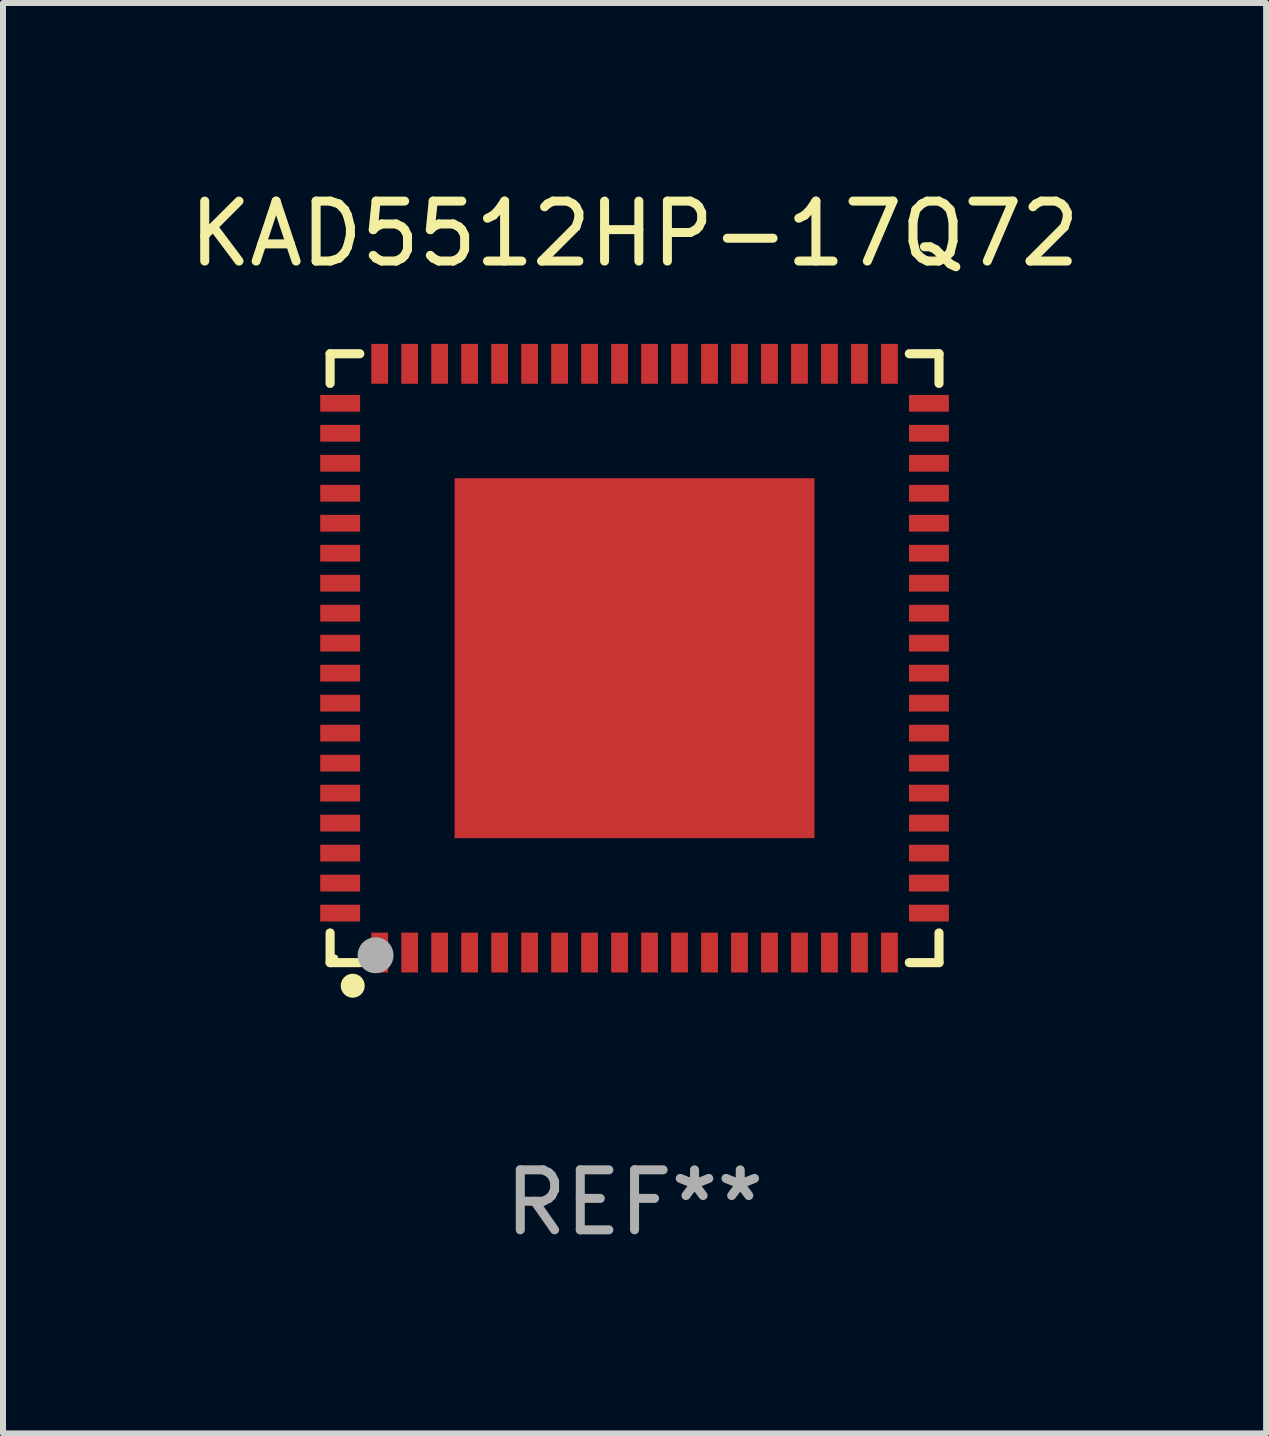
<source format=kicad_pcb>
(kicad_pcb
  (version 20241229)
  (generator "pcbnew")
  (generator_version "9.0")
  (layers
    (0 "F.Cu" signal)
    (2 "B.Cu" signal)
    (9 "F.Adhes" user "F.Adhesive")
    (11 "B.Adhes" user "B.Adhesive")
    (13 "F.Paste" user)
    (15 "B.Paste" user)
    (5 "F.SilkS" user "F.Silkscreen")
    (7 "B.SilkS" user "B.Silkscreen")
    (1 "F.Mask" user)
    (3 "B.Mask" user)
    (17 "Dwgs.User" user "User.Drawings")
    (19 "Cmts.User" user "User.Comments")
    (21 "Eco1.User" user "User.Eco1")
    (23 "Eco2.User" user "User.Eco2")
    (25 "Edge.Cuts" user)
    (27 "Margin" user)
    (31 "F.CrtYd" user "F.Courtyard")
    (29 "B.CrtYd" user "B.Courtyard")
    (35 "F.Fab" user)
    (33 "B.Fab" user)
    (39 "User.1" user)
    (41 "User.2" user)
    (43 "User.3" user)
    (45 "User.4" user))
  (footprint "KAD5512HP-17Q72"
    (layer "F.Cu")
    (at 7.53 7.924)
    (property "Reference" "KAD5512HP-17Q72" (at 0 -7.076 0) (layer "F.SilkS") (effects (font (size 1 1) (thickness 0.15))))
    (attr through_hole)
    (fp_line (start -5.076 -5.076) (end -4.581 -5.076) (stroke (width 0.152) (type solid)) (layer "F.SilkS"))
    (fp_line (start -5.076 -4.581) (end -5.076 -5.076) (stroke (width 0.152) (type solid)) (layer "F.SilkS"))
    (fp_line (start -5.076 4.581) (end -5.076 5.076) (stroke (width 0.152) (type solid)) (layer "F.SilkS"))
    (fp_line (start -5.076 5.076) (end -4.581 5.076) (stroke (width 0.152) (type solid)) (layer "F.SilkS"))
    (fp_line (start 5.076 -5.076) (end 4.581 -5.076) (stroke (width 0.152) (type solid)) (layer "F.SilkS"))
    (fp_line (start 5.076 -4.581) (end 5.076 -5.076) (stroke (width 0.152) (type solid)) (layer "F.SilkS"))
    (fp_line (start 5.076 4.581) (end 5.076 5.076) (stroke (width 0.152) (type solid)) (layer "F.SilkS"))
    (fp_line (start 5.076 5.076) (end 4.581 5.076) (stroke (width 0.152) (type solid)) (layer "F.SilkS"))
    (fp_circle (center -5 5) (end -4.97 5) (stroke (width 0.06) (type solid)) (fill no) (layer "F.SilkS"))
    (fp_circle (center -4.699 5.461) (end -4.599 5.461) (stroke (width 0.2) (type solid)) (fill no) (layer "F.SilkS"))
    (fp_circle (center -4.318 4.953) (end -4.168 4.953) (stroke (width 0.3) (type solid)) (fill no) (layer "F.Fab"))
    (fp_text user "REF**" (at 0 9.076 0) (layer "F.Fab") (effects (font (size 1 1) (thickness 0.15))))
    (pad "1" smd rect (at -4.25 4.908) (size 0.28 0.665) (layers "F.Cu" "F.Mask" "F.Paste"))
    (pad "2" smd rect (at -3.75 4.908) (size 0.28 0.665) (layers "F.Cu" "F.Mask" "F.Paste"))
    (pad "3" smd rect (at -3.25 4.908) (size 0.28 0.665) (layers "F.Cu" "F.Mask" "F.Paste"))
    (pad "4" smd rect (at -2.75 4.908) (size 0.28 0.665) (layers "F.Cu" "F.Mask" "F.Paste"))
    (pad "5" smd rect (at -2.25 4.908) (size 0.28 0.665) (layers "F.Cu" "F.Mask" "F.Paste"))
    (pad "6" smd rect (at -1.75 4.908) (size 0.28 0.665) (layers "F.Cu" "F.Mask" "F.Paste"))
    (pad "7" smd rect (at -1.25 4.908) (size 0.28 0.665) (layers "F.Cu" "F.Mask" "F.Paste"))
    (pad "8" smd rect (at -0.75 4.908) (size 0.28 0.665) (layers "F.Cu" "F.Mask" "F.Paste"))
    (pad "9" smd rect (at -0.25 4.908) (size 0.28 0.665) (layers "F.Cu" "F.Mask" "F.Paste"))
    (pad "10" smd rect (at 0.25 4.908) (size 0.28 0.665) (layers "F.Cu" "F.Mask" "F.Paste"))
    (pad "11" smd rect (at 0.75 4.908) (size 0.28 0.665) (layers "F.Cu" "F.Mask" "F.Paste"))
    (pad "12" smd rect (at 1.25 4.908) (size 0.28 0.665) (layers "F.Cu" "F.Mask" "F.Paste"))
    (pad "13" smd rect (at 1.75 4.908) (size 0.28 0.665) (layers "F.Cu" "F.Mask" "F.Paste"))
    (pad "14" smd rect (at 2.25 4.908) (size 0.28 0.665) (layers "F.Cu" "F.Mask" "F.Paste"))
    (pad "15" smd rect (at 2.75 4.908) (size 0.28 0.665) (layers "F.Cu" "F.Mask" "F.Paste"))
    (pad "16" smd rect (at 3.25 4.908) (size 0.28 0.665) (layers "F.Cu" "F.Mask" "F.Paste"))
    (pad "17" smd rect (at 3.75 4.908) (size 0.28 0.665) (layers "F.Cu" "F.Mask" "F.Paste"))
    (pad "18" smd rect (at 4.25 4.908) (size 0.28 0.665) (layers "F.Cu" "F.Mask" "F.Paste"))
    (pad "19" smd rect (at 4.908 4.25) (size 0.665 0.28) (layers "F.Cu" "F.Mask" "F.Paste"))
    (pad "20" smd rect (at 4.908 3.75) (size 0.665 0.28) (layers "F.Cu" "F.Mask" "F.Paste"))
    (pad "21" smd rect (at 4.908 3.25) (size 0.665 0.28) (layers "F.Cu" "F.Mask" "F.Paste"))
    (pad "22" smd rect (at 4.908 2.75) (size 0.665 0.28) (layers "F.Cu" "F.Mask" "F.Paste"))
    (pad "23" smd rect (at 4.908 2.25) (size 0.665 0.28) (layers "F.Cu" "F.Mask" "F.Paste"))
    (pad "24" smd rect (at 4.908 1.75) (size 0.665 0.28) (layers "F.Cu" "F.Mask" "F.Paste"))
    (pad "25" smd rect (at 4.908 1.25) (size 0.665 0.28) (layers "F.Cu" "F.Mask" "F.Paste"))
    (pad "26" smd rect (at 4.908 0.75) (size 0.665 0.28) (layers "F.Cu" "F.Mask" "F.Paste"))
    (pad "27" smd rect (at 4.908 0.25) (size 0.665 0.28) (layers "F.Cu" "F.Mask" "F.Paste"))
    (pad "28" smd rect (at 4.908 -0.25) (size 0.665 0.28) (layers "F.Cu" "F.Mask" "F.Paste"))
    (pad "29" smd rect (at 4.908 -0.75) (size 0.665 0.28) (layers "F.Cu" "F.Mask" "F.Paste"))
    (pad "30" smd rect (at 4.908 -1.25) (size 0.665 0.28) (layers "F.Cu" "F.Mask" "F.Paste"))
    (pad "31" smd rect (at 4.908 -1.75) (size 0.665 0.28) (layers "F.Cu" "F.Mask" "F.Paste"))
    (pad "32" smd rect (at 4.908 -2.25) (size 0.665 0.28) (layers "F.Cu" "F.Mask" "F.Paste"))
    (pad "33" smd rect (at 4.908 -2.75) (size 0.665 0.28) (layers "F.Cu" "F.Mask" "F.Paste"))
    (pad "34" smd rect (at 4.908 -3.25) (size 0.665 0.28) (layers "F.Cu" "F.Mask" "F.Paste"))
    (pad "35" smd rect (at 4.908 -3.75) (size 0.665 0.28) (layers "F.Cu" "F.Mask" "F.Paste"))
    (pad "36" smd rect (at 4.908 -4.25) (size 0.665 0.28) (layers "F.Cu" "F.Mask" "F.Paste"))
    (pad "37" smd rect (at 4.25 -4.908) (size 0.28 0.665) (layers "F.Cu" "F.Mask" "F.Paste"))
    (pad "38" smd rect (at 3.75 -4.908) (size 0.28 0.665) (layers "F.Cu" "F.Mask" "F.Paste"))
    (pad "39" smd rect (at 3.25 -4.908) (size 0.28 0.665) (layers "F.Cu" "F.Mask" "F.Paste"))
    (pad "40" smd rect (at 2.75 -4.908) (size 0.28 0.665) (layers "F.Cu" "F.Mask" "F.Paste"))
    (pad "41" smd rect (at 2.25 -4.908) (size 0.28 0.665) (layers "F.Cu" "F.Mask" "F.Paste"))
    (pad "42" smd rect (at 1.75 -4.908) (size 0.28 0.665) (layers "F.Cu" "F.Mask" "F.Paste"))
    (pad "43" smd rect (at 1.25 -4.908) (size 0.28 0.665) (layers "F.Cu" "F.Mask" "F.Paste"))
    (pad "44" smd rect (at 0.75 -4.908) (size 0.28 0.665) (layers "F.Cu" "F.Mask" "F.Paste"))
    (pad "45" smd rect (at 0.25 -4.908) (size 0.28 0.665) (layers "F.Cu" "F.Mask" "F.Paste"))
    (pad "46" smd rect (at -0.25 -4.908) (size 0.28 0.665) (layers "F.Cu" "F.Mask" "F.Paste"))
    (pad "47" smd rect (at -0.75 -4.908) (size 0.28 0.665) (layers "F.Cu" "F.Mask" "F.Paste"))
    (pad "48" smd rect (at -1.25 -4.908) (size 0.28 0.665) (layers "F.Cu" "F.Mask" "F.Paste"))
    (pad "49" smd rect (at -1.75 -4.908) (size 0.28 0.665) (layers "F.Cu" "F.Mask" "F.Paste"))
    (pad "50" smd rect (at -2.25 -4.908) (size 0.28 0.665) (layers "F.Cu" "F.Mask" "F.Paste"))
    (pad "51" smd rect (at -2.75 -4.908) (size 0.28 0.665) (layers "F.Cu" "F.Mask" "F.Paste"))
    (pad "52" smd rect (at -3.25 -4.908) (size 0.28 0.665) (layers "F.Cu" "F.Mask" "F.Paste"))
    (pad "53" smd rect (at -3.75 -4.908) (size 0.28 0.665) (layers "F.Cu" "F.Mask" "F.Paste"))
    (pad "54" smd rect (at -4.25 -4.908) (size 0.28 0.665) (layers "F.Cu" "F.Mask" "F.Paste"))
    (pad "55" smd rect (at -4.908 -4.25) (size 0.665 0.28) (layers "F.Cu" "F.Mask" "F.Paste"))
    (pad "56" smd rect (at -4.908 -3.75) (size 0.665 0.28) (layers "F.Cu" "F.Mask" "F.Paste"))
    (pad "57" smd rect (at -4.908 -3.25) (size 0.665 0.28) (layers "F.Cu" "F.Mask" "F.Paste"))
    (pad "58" smd rect (at -4.908 -2.75) (size 0.665 0.28) (layers "F.Cu" "F.Mask" "F.Paste"))
    (pad "59" smd rect (at -4.908 -2.25) (size 0.665 0.28) (layers "F.Cu" "F.Mask" "F.Paste"))
    (pad "60" smd rect (at -4.908 -1.75) (size 0.665 0.28) (layers "F.Cu" "F.Mask" "F.Paste"))
    (pad "61" smd rect (at -4.908 -1.25) (size 0.665 0.28) (layers "F.Cu" "F.Mask" "F.Paste"))
    (pad "62" smd rect (at -4.908 -0.75) (size 0.665 0.28) (layers "F.Cu" "F.Mask" "F.Paste"))
    (pad "63" smd rect (at -4.908 -0.25) (size 0.665 0.28) (layers "F.Cu" "F.Mask" "F.Paste"))
    (pad "64" smd rect (at -4.908 0.25) (size 0.665 0.28) (layers "F.Cu" "F.Mask" "F.Paste"))
    (pad "65" smd rect (at -4.908 0.75) (size 0.665 0.28) (layers "F.Cu" "F.Mask" "F.Paste"))
    (pad "66" smd rect (at -4.908 1.25) (size 0.665 0.28) (layers "F.Cu" "F.Mask" "F.Paste"))
    (pad "67" smd rect (at -4.908 1.75) (size 0.665 0.28) (layers "F.Cu" "F.Mask" "F.Paste"))
    (pad "68" smd rect (at -4.908 2.25) (size 0.665 0.28) (layers "F.Cu" "F.Mask" "F.Paste"))
    (pad "69" smd rect (at -4.908 2.75) (size 0.665 0.28) (layers "F.Cu" "F.Mask" "F.Paste"))
    (pad "70" smd rect (at -4.908 3.25) (size 0.665 0.28) (layers "F.Cu" "F.Mask" "F.Paste"))
    (pad "71" smd rect (at -4.908 3.75) (size 0.665 0.28) (layers "F.Cu" "F.Mask" "F.Paste"))
    (pad "72" smd rect (at -4.908 4.25) (size 0.665 0.28) (layers "F.Cu" "F.Mask" "F.Paste"))
    (pad "73" smd rect (at 0 0) (size 6 6) (layers "F.Cu" "F.Mask" "F.Paste")))
  (gr_rect
    (start -3 -3)
    (end 18.06 20.849)
    (stroke (width 0.1) (type default))
    (fill no)
    (layer "Edge.Cuts")))
</source>
